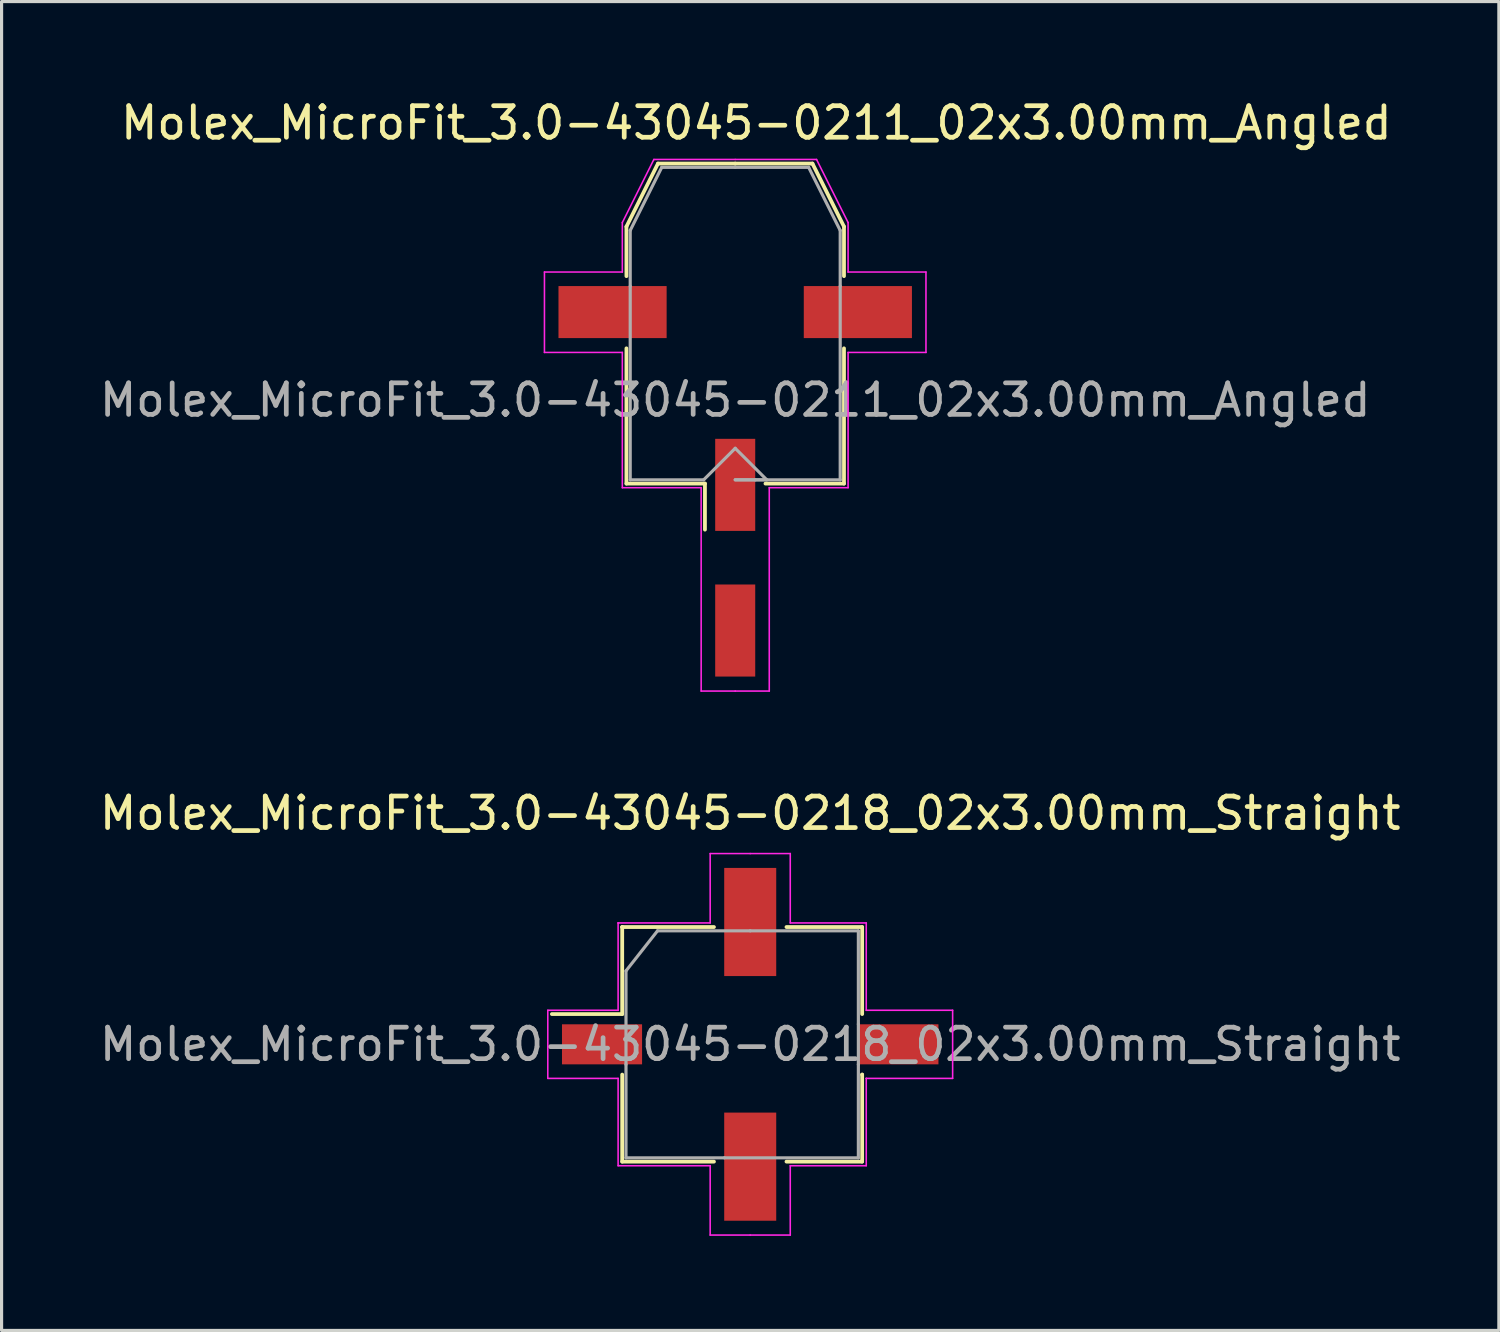
<source format=kicad_pcb>
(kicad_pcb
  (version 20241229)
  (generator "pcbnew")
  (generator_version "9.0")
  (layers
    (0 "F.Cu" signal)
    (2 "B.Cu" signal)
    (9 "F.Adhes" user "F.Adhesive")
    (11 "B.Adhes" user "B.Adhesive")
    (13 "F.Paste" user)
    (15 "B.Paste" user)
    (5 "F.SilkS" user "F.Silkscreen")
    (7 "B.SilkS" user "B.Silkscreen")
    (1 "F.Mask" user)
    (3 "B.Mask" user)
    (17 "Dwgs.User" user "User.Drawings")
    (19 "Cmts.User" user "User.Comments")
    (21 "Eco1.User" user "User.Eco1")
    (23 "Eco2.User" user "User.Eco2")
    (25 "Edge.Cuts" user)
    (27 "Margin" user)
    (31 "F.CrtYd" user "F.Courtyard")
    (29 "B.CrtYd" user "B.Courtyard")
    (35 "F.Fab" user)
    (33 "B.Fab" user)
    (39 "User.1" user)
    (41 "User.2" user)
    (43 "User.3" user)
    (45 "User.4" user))
  (footprint "Molex_MicroFit_3.0-43045-0211_02x3.00mm_Angled"
    (layer "F.Cu")
    (at 20.268 14.638)
    (property "Reference" "Molex_MicroFit_3.0-43045-0211_02x3.00mm_Angled" (at 0.67 -13.79 0) (layer "F.SilkS") (effects (font (size 1 1) (thickness 0.15))))
    (attr smd)
    (fp_line (start -3.45 -10.5) (end -3.45 -8.93) (stroke (width 0.12) (type solid)) (layer "F.SilkS"))
    (fp_line (start -3.45 -6.64) (end -3.45 -2.35) (stroke (width 0.12) (type solid)) (layer "F.SilkS"))
    (fp_line (start -3.45 -2.35) (end -0.96 -2.35) (stroke (width 0.12) (type solid)) (layer "F.SilkS"))
    (fp_line (start -2.45 -12.5) (end -3.45 -10.5) (stroke (width 0.12) (type solid)) (layer "F.SilkS"))
    (fp_line (start -0.96 -2.35) (end -0.96 -0.89) (stroke (width 0.12) (type solid)) (layer "F.SilkS"))
    (fp_line (start 0 -12.5) (end -2.45 -12.5) (stroke (width 0.12) (type solid)) (layer "F.SilkS"))
    (fp_line (start 0 -12.5) (end 2.45 -12.5) (stroke (width 0.12) (type solid)) (layer "F.SilkS"))
    (fp_line (start 2.45 -12.5) (end 3.45 -10.5) (stroke (width 0.12) (type solid)) (layer "F.SilkS"))
    (fp_line (start 3.45 -10.5) (end 3.45 -8.93) (stroke (width 0.12) (type solid)) (layer "F.SilkS"))
    (fp_line (start 3.45 -6.64) (end 3.45 -2.35) (stroke (width 0.12) (type solid)) (layer "F.SilkS"))
    (fp_line (start 3.45 -2.35) (end 0.96 -2.35) (stroke (width 0.12) (type solid)) (layer "F.SilkS"))
    (fp_line (start -6.05 -9.06) (end -6.05 -6.51) (stroke (width 0.05) (type solid)) (layer "F.CrtYd"))
    (fp_line (start -6.05 -6.51) (end -3.58 -6.51) (stroke (width 0.05) (type solid)) (layer "F.CrtYd"))
    (fp_line (start -3.58 -10.63) (end -3.58 -9.06) (stroke (width 0.05) (type solid)) (layer "F.CrtYd"))
    (fp_line (start -3.58 -9.06) (end -6.05 -9.06) (stroke (width 0.05) (type solid)) (layer "F.CrtYd"))
    (fp_line (start -3.58 -6.51) (end -3.58 -2.22) (stroke (width 0.05) (type solid)) (layer "F.CrtYd"))
    (fp_line (start -3.58 -2.22) (end -1.08 -2.22) (stroke (width 0.05) (type solid)) (layer "F.CrtYd"))
    (fp_line (start -2.58 -12.63) (end -3.58 -10.63) (stroke (width 0.05) (type solid)) (layer "F.CrtYd"))
    (fp_line (start -1.08 -2.22) (end -1.08 4.23) (stroke (width 0.05) (type solid)) (layer "F.CrtYd"))
    (fp_line (start -1.08 4.23) (end 0 4.23) (stroke (width 0.05) (type solid)) (layer "F.CrtYd"))
    (fp_line (start 0 -12.63) (end -2.58 -12.63) (stroke (width 0.05) (type solid)) (layer "F.CrtYd"))
    (fp_line (start 0 -12.63) (end 2.58 -12.63) (stroke (width 0.05) (type solid)) (layer "F.CrtYd"))
    (fp_line (start 1.08 -2.22) (end 1.08 4.23) (stroke (width 0.05) (type solid)) (layer "F.CrtYd"))
    (fp_line (start 1.08 4.23) (end 0 4.23) (stroke (width 0.05) (type solid)) (layer "F.CrtYd"))
    (fp_line (start 2.58 -12.63) (end 3.58 -10.63) (stroke (width 0.05) (type solid)) (layer "F.CrtYd"))
    (fp_line (start 3.58 -10.63) (end 3.58 -9.06) (stroke (width 0.05) (type solid)) (layer "F.CrtYd"))
    (fp_line (start 3.58 -9.06) (end 6.05 -9.06) (stroke (width 0.05) (type solid)) (layer "F.CrtYd"))
    (fp_line (start 3.58 -6.51) (end 3.58 -2.22) (stroke (width 0.05) (type solid)) (layer "F.CrtYd"))
    (fp_line (start 3.58 -2.22) (end 1.08 -2.22) (stroke (width 0.05) (type solid)) (layer "F.CrtYd"))
    (fp_line (start 6.05 -9.06) (end 6.05 -6.51) (stroke (width 0.05) (type solid)) (layer "F.CrtYd"))
    (fp_line (start 6.05 -6.51) (end 3.58 -6.51) (stroke (width 0.05) (type solid)) (layer "F.CrtYd"))
    (fp_line (start -3.33 -10.38) (end -3.33 -8.61) (stroke (width 0.1) (type solid)) (layer "F.Fab"))
    (fp_line (start -3.33 -8.61) (end -3.33 -2.47) (stroke (width 0.1) (type solid)) (layer "F.Fab"))
    (fp_line (start -3.33 -2.47) (end -1 -2.47) (stroke (width 0.1) (type solid)) (layer "F.Fab"))
    (fp_line (start -2.33 -12.38) (end -3.33 -10.38) (stroke (width 0.1) (type solid)) (layer "F.Fab"))
    (fp_line (start -1 -2.47) (end 0 -3.47) (stroke (width 0.1) (type solid)) (layer "F.Fab"))
    (fp_line (start 0 -12.38) (end -2.33 -12.38) (stroke (width 0.1) (type solid)) (layer "F.Fab"))
    (fp_line (start 0 -12.38) (end 2.33 -12.38) (stroke (width 0.1) (type solid)) (layer "F.Fab"))
    (fp_line (start 0 -3.47) (end 1 -2.47) (stroke (width 0.1) (type solid)) (layer "F.Fab"))
    (fp_line (start 0.64 -2.47) (end 0 -2.47) (stroke (width 0.1) (type solid)) (layer "F.Fab"))
    (fp_line (start 1 -2.47) (end 0 -2.47) (stroke (width 0.1) (type solid)) (layer "F.Fab"))
    (fp_line (start 2.33 -12.38) (end 3.33 -10.38) (stroke (width 0.1) (type solid)) (layer "F.Fab"))
    (fp_line (start 3.33 -10.38) (end 3.33 -8.61) (stroke (width 0.1) (type solid)) (layer "F.Fab"))
    (fp_line (start 3.33 -8.61) (end 3.33 -2.47) (stroke (width 0.1) (type solid)) (layer "F.Fab"))
    (fp_line (start 3.33 -2.47) (end 0.64 -2.47) (stroke (width 0.1) (type solid)) (layer "F.Fab"))
    (fp_text user "${REFERENCE}" (at 0 -5 0) (layer "F.Fab") (effects (font (size 1 1) (thickness 0.15))))
    (pad "" smd rect (at -3.89 -7.79) (size 3.43 1.65) (layers "F.Cu" "F.Mask" "F.Paste"))
    (pad "" smd rect (at 3.89 -7.79) (size 3.43 1.65) (layers "F.Cu" "F.Mask" "F.Paste"))
    (pad "1" smd rect (at 0 -2.31) (size 1.27 2.92) (layers "F.Cu" "F.Mask" "F.Paste"))
    (pad "2" smd rect (at 0 2.31) (size 1.27 2.92) (layers "F.Cu" "F.Mask" "F.Paste")))
  (footprint "Molex_MicroFit_3.0-43045-0218_02x3.00mm_Straight"
    (layer "F.Cu")
    (at 20.744 30.072)
    (property "Reference" "Molex_MicroFit_3.0-43045-0218_02x3.00mm_Straight" (at 0 -7.33 0) (layer "F.SilkS") (effects (font (size 1 1) (thickness 0.15))))
    (attr smd)
    (fp_line (start -6.29 -0.96) (end -4.06 -0.96) (stroke (width 0.12) (type solid)) (layer "F.SilkS"))
    (fp_line (start -4.06 -3.72) (end -4.06 -3.72) (stroke (width 0.12) (type solid)) (layer "F.SilkS"))
    (fp_line (start -4.06 -3.72) (end -1.15 -3.72) (stroke (width 0.12) (type solid)) (layer "F.SilkS"))
    (fp_line (start -4.06 -0.96) (end -4.06 -3.72) (stroke (width 0.12) (type solid)) (layer "F.SilkS"))
    (fp_line (start -4.06 3.72) (end -4.06 0.96) (stroke (width 0.12) (type solid)) (layer "F.SilkS"))
    (fp_line (start -1.15 3.72) (end -4.06 3.72) (stroke (width 0.12) (type solid)) (layer "F.SilkS"))
    (fp_line (start 1.15 -3.72) (end 3.55 -3.72) (stroke (width 0.12) (type solid)) (layer "F.SilkS"))
    (fp_line (start 3.55 -3.72) (end 3.55 -0.96) (stroke (width 0.12) (type solid)) (layer "F.SilkS"))
    (fp_line (start 3.55 0.96) (end 3.55 0.96) (stroke (width 0.12) (type solid)) (layer "F.SilkS"))
    (fp_line (start 3.55 0.96) (end 3.55 3.72) (stroke (width 0.12) (type solid)) (layer "F.SilkS"))
    (fp_line (start 3.55 3.72) (end 1.15 3.72) (stroke (width 0.12) (type solid)) (layer "F.SilkS"))
    (fp_line (start -6.42 -1.08) (end -4.19 -1.08) (stroke (width 0.05) (type solid)) (layer "F.CrtYd"))
    (fp_line (start -6.42 1.08) (end -6.42 -1.08) (stroke (width 0.05) (type solid)) (layer "F.CrtYd"))
    (fp_line (start -4.19 -3.85) (end -4.19 -3.85) (stroke (width 0.05) (type solid)) (layer "F.CrtYd"))
    (fp_line (start -4.19 -3.85) (end -1.27 -3.85) (stroke (width 0.05) (type solid)) (layer "F.CrtYd"))
    (fp_line (start -4.19 -1.08) (end -4.19 -3.85) (stroke (width 0.05) (type solid)) (layer "F.CrtYd"))
    (fp_line (start -4.19 1.08) (end -6.42 1.08) (stroke (width 0.05) (type solid)) (layer "F.CrtYd"))
    (fp_line (start -4.19 3.85) (end -4.19 1.08) (stroke (width 0.05) (type solid)) (layer "F.CrtYd"))
    (fp_line (start -1.27 -6.05) (end 0 -6.05) (stroke (width 0.05) (type solid)) (layer "F.CrtYd"))
    (fp_line (start -1.27 -3.85) (end -1.27 -6.05) (stroke (width 0.05) (type solid)) (layer "F.CrtYd"))
    (fp_line (start -1.27 3.85) (end -4.19 3.85) (stroke (width 0.05) (type solid)) (layer "F.CrtYd"))
    (fp_line (start -1.27 6.05) (end -1.27 3.85) (stroke (width 0.05) (type solid)) (layer "F.CrtYd"))
    (fp_line (start 0 -6.05) (end 1.27 -6.05) (stroke (width 0.05) (type solid)) (layer "F.CrtYd"))
    (fp_line (start 0 6.05) (end -1.27 6.05) (stroke (width 0.05) (type solid)) (layer "F.CrtYd"))
    (fp_line (start 1.27 -6.05) (end 1.27 -3.85) (stroke (width 0.05) (type solid)) (layer "F.CrtYd"))
    (fp_line (start 1.27 -3.85) (end 3.68 -3.85) (stroke (width 0.05) (type solid)) (layer "F.CrtYd"))
    (fp_line (start 1.27 3.85) (end 1.27 6.05) (stroke (width 0.05) (type solid)) (layer "F.CrtYd"))
    (fp_line (start 1.27 6.05) (end 0 6.05) (stroke (width 0.05) (type solid)) (layer "F.CrtYd"))
    (fp_line (start 3.68 -3.85) (end 3.68 -1.08) (stroke (width 0.05) (type solid)) (layer "F.CrtYd"))
    (fp_line (start 3.68 -1.08) (end 6.42 -1.08) (stroke (width 0.05) (type solid)) (layer "F.CrtYd"))
    (fp_line (start 3.68 1.08) (end 3.68 1.08) (stroke (width 0.05) (type solid)) (layer "F.CrtYd"))
    (fp_line (start 3.68 1.08) (end 3.68 3.85) (stroke (width 0.05) (type solid)) (layer "F.CrtYd"))
    (fp_line (start 3.68 3.85) (end 1.27 3.85) (stroke (width 0.05) (type solid)) (layer "F.CrtYd"))
    (fp_line (start 6.42 -1.08) (end 6.42 1.08) (stroke (width 0.05) (type solid)) (layer "F.CrtYd"))
    (fp_line (start 6.42 1.08) (end 3.68 1.08) (stroke (width 0.05) (type solid)) (layer "F.CrtYd"))
    (fp_line (start -3.94 -2.33) (end -2.94 -3.6) (stroke (width 0.1) (type solid)) (layer "F.Fab"))
    (fp_line (start -3.94 0.64) (end -3.94 -2.33) (stroke (width 0.1) (type solid)) (layer "F.Fab"))
    (fp_line (start -3.94 3.6) (end -3.94 0.64) (stroke (width 0.1) (type solid)) (layer "F.Fab"))
    (fp_line (start -2.94 -3.6) (end 0 -3.6) (stroke (width 0.1) (type solid)) (layer "F.Fab"))
    (fp_line (start -0.82 3.6) (end -3.94 3.6) (stroke (width 0.1) (type solid)) (layer "F.Fab"))
    (fp_line (start 0 -3.6) (end 3.43 -3.6) (stroke (width 0.1) (type solid)) (layer "F.Fab"))
    (fp_line (start 3.43 -3.6) (end 3.43 -0.64) (stroke (width 0.1) (type solid)) (layer "F.Fab"))
    (fp_line (start 3.43 -0.64) (end 3.43 0.64) (stroke (width 0.1) (type solid)) (layer "F.Fab"))
    (fp_line (start 3.43 0.64) (end 3.43 3.6) (stroke (width 0.1) (type solid)) (layer "F.Fab"))
    (fp_line (start 3.43 3.6) (end -0.82 3.6) (stroke (width 0.1) (type solid)) (layer "F.Fab"))
    (fp_text user "${REFERENCE}" (at 0 0 0) (layer "F.Fab") (effects (font (size 1 1) (thickness 0.15))))
    (pad "" smd rect (at 0 -3.88) (size 1.65 3.43) (layers "F.Cu" "F.Mask" "F.Paste"))
    (pad "" smd rect (at 0 3.88) (size 1.65 3.43) (layers "F.Cu" "F.Mask" "F.Paste"))
    (pad "1" smd rect (at -4.7 0) (size 2.54 1.27) (layers "F.Cu" "F.Mask" "F.Paste"))
    (pad "2" smd rect (at 4.7 0) (size 2.54 1.27) (layers "F.Cu" "F.Mask" "F.Paste")))
  (gr_rect
    (start -3 -3)
    (end 44.488 39.147)
    (stroke (width 0.1) (type default))
    (fill no)
    (layer "Edge.Cuts")))
</source>
